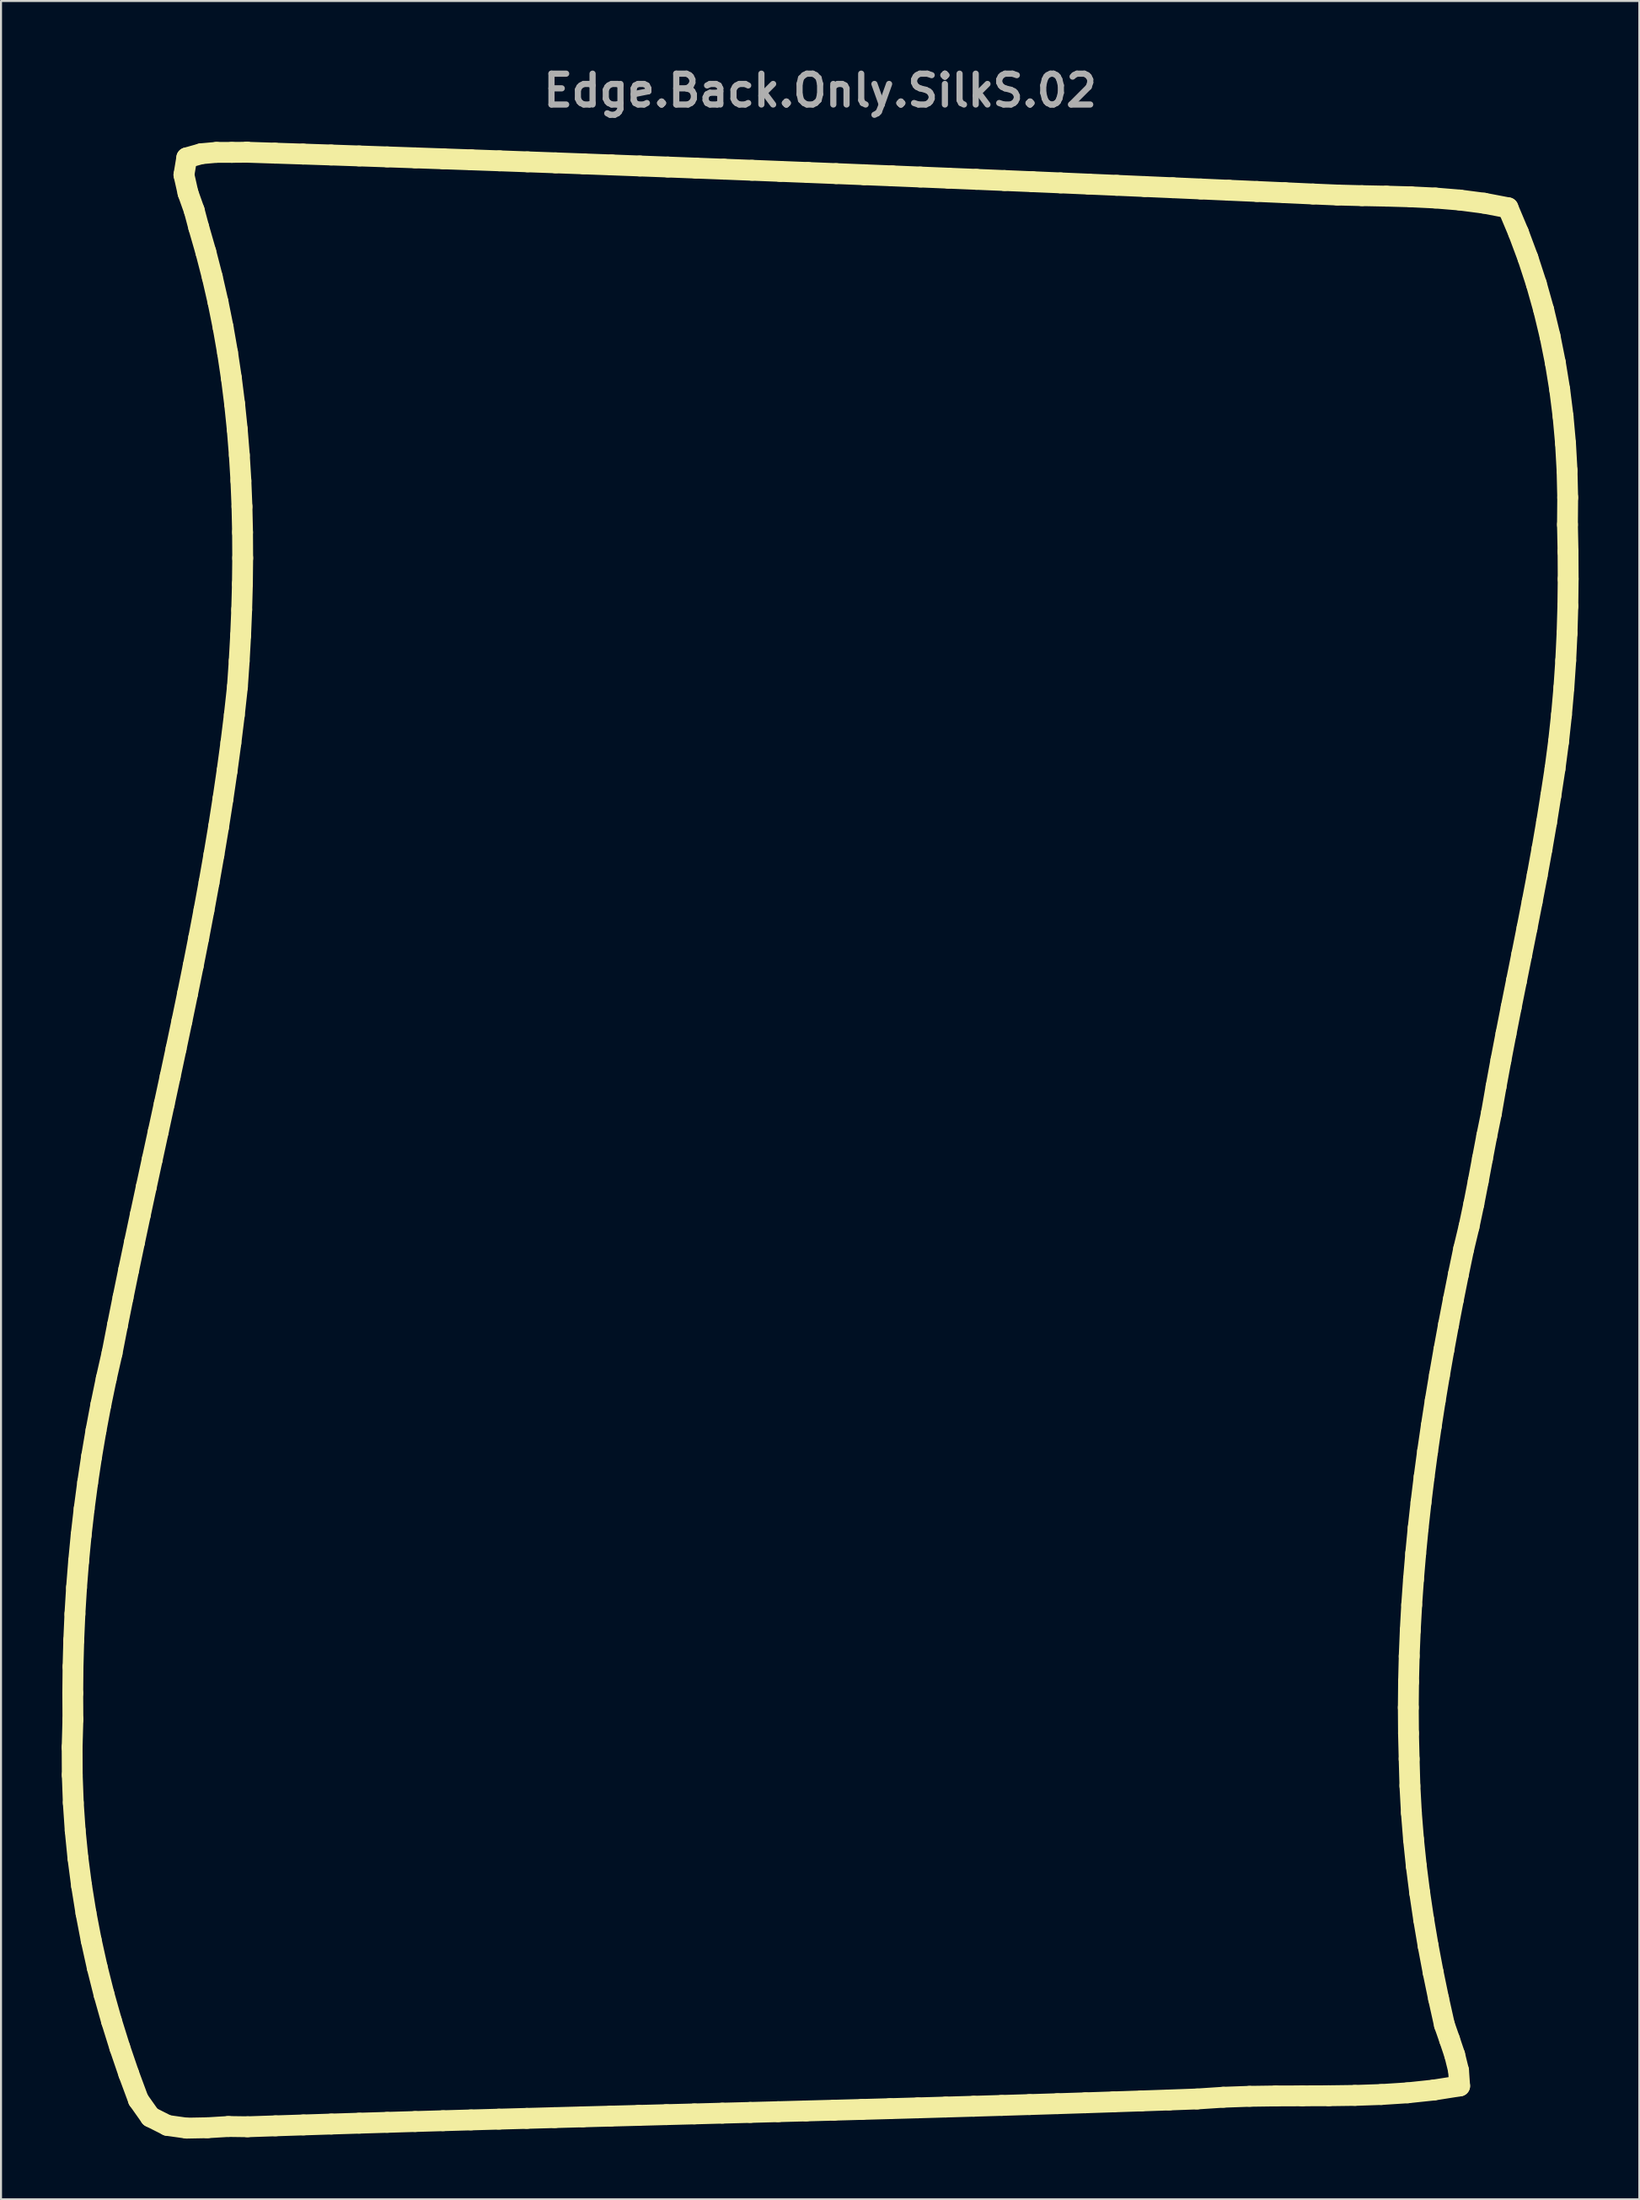
<source format=kicad_pcb>
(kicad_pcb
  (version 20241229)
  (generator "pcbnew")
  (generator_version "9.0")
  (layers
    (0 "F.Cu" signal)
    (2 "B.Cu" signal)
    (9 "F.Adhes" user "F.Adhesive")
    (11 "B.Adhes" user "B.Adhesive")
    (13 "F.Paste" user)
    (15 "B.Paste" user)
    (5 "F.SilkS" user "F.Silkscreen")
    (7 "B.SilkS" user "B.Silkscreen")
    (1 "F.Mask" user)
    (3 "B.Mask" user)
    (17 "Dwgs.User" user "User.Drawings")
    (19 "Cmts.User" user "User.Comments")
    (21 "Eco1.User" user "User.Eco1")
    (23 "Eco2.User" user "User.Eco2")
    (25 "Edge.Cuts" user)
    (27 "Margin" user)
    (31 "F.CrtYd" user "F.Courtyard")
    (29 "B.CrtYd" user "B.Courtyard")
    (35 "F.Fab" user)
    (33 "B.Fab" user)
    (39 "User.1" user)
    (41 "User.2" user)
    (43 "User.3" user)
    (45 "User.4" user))
  (footprint "Edge.Back.Only.SilkS.02"
    (layer "F.Cu")
    (at 37.494 53.313)
    (property "Reference" "Edge.Back.Only.SilkS.02" (at 0 -51.887 0) (layer "F.Fab") (effects (font (size 1.524 1.524) (thickness 0.305))))
    (attr smd)
    (fp_line (start -36.978 30.001) (end -36.94 28.628) (stroke (width 1.031) (type solid)) (layer "F.SilkS"))
    (fp_line (start -36.972 31.372) (end -36.978 30.001) (stroke (width 1.031) (type solid)) (layer "F.SilkS"))
    (fp_line (start -36.947 27.323) (end -36.934 26.019) (stroke (width 1.031) (type solid)) (layer "F.SilkS"))
    (fp_line (start -36.94 28.628) (end -36.947 27.323) (stroke (width 1.031) (type solid)) (layer "F.SilkS"))
    (fp_line (start -36.934 26.019) (end -36.898 24.714) (stroke (width 1.031) (type solid)) (layer "F.SilkS"))
    (fp_line (start -36.921 32.744) (end -36.972 31.372) (stroke (width 1.031) (type solid)) (layer "F.SilkS"))
    (fp_line (start -36.898 24.714) (end -36.84 23.412) (stroke (width 1.031) (type solid)) (layer "F.SilkS"))
    (fp_line (start -36.84 23.412) (end -36.76 22.109) (stroke (width 1.031) (type solid)) (layer "F.SilkS"))
    (fp_line (start -36.827 34.113) (end -36.921 32.744) (stroke (width 1.031) (type solid)) (layer "F.SilkS"))
    (fp_line (start -36.76 22.109) (end -36.657 20.809) (stroke (width 1.031) (type solid)) (layer "F.SilkS"))
    (fp_line (start -36.691 35.478) (end -36.827 34.113) (stroke (width 1.031) (type solid)) (layer "F.SilkS"))
    (fp_line (start -36.657 20.809) (end -36.532 19.511) (stroke (width 1.031) (type solid)) (layer "F.SilkS"))
    (fp_line (start -36.532 19.511) (end -36.383 18.214) (stroke (width 1.031) (type solid)) (layer "F.SilkS"))
    (fp_line (start -36.512 36.838) (end -36.691 35.478) (stroke (width 1.031) (type solid)) (layer "F.SilkS"))
    (fp_line (start -36.383 18.214) (end -36.211 16.921) (stroke (width 1.031) (type solid)) (layer "F.SilkS"))
    (fp_line (start -36.294 38.193) (end -36.512 36.838) (stroke (width 1.031) (type solid)) (layer "F.SilkS"))
    (fp_line (start -36.211 16.921) (end -36.016 15.631) (stroke (width 1.031) (type solid)) (layer "F.SilkS"))
    (fp_line (start -36.035 39.541) (end -36.294 38.193) (stroke (width 1.031) (type solid)) (layer "F.SilkS"))
    (fp_line (start -36.016 15.631) (end -35.798 14.345) (stroke (width 1.031) (type solid)) (layer "F.SilkS"))
    (fp_line (start -35.798 14.345) (end -35.556 13.063) (stroke (width 1.031) (type solid)) (layer "F.SilkS"))
    (fp_line (start -35.738 40.881) (end -36.035 39.541) (stroke (width 1.031) (type solid)) (layer "F.SilkS"))
    (fp_line (start -35.556 13.063) (end -35.292 11.786) (stroke (width 1.031) (type solid)) (layer "F.SilkS"))
    (fp_line (start -35.403 42.212) (end -35.738 40.881) (stroke (width 1.031) (type solid)) (layer "F.SilkS"))
    (fp_line (start -35.292 11.786) (end -35.003 10.513) (stroke (width 1.031) (type solid)) (layer "F.SilkS"))
    (fp_line (start -35.031 43.532) (end -35.403 42.212) (stroke (width 1.031) (type solid)) (layer "F.SilkS"))
    (fp_line (start -35.003 10.513) (end -34.736 9.142) (stroke (width 1.031) (type solid)) (layer "F.SilkS"))
    (fp_line (start -34.736 9.142) (end -34.462 7.772) (stroke (width 1.031) (type solid)) (layer "F.SilkS"))
    (fp_line (start -34.622 44.843) (end -35.031 43.532) (stroke (width 1.031) (type solid)) (layer "F.SilkS"))
    (fp_line (start -34.462 7.772) (end -34.182 6.404) (stroke (width 1.031) (type solid)) (layer "F.SilkS"))
    (fp_line (start -34.182 6.404) (end -33.895 5.036) (stroke (width 1.031) (type solid)) (layer "F.SilkS"))
    (fp_line (start -34.179 46.141) (end -34.622 44.843) (stroke (width 1.031) (type solid)) (layer "F.SilkS"))
    (fp_line (start -33.895 5.036) (end -33.605 3.67) (stroke (width 1.031) (type solid)) (layer "F.SilkS"))
    (fp_line (start -33.702 47.428) (end -34.179 46.141) (stroke (width 1.031) (type solid)) (layer "F.SilkS"))
    (fp_line (start -33.605 3.67) (end -33.312 2.304) (stroke (width 1.031) (type solid)) (layer "F.SilkS"))
    (fp_line (start -33.312 2.304) (end -33.017 0.939) (stroke (width 1.031) (type solid)) (layer "F.SilkS"))
    (fp_line (start -33.108 48.268) (end -33.702 47.428) (stroke (width 1.031) (type solid)) (layer "F.SilkS"))
    (fp_line (start -33.017 0.939) (end -32.721 -0.426) (stroke (width 1.031) (type solid)) (layer "F.SilkS"))
    (fp_line (start -32.721 -0.426) (end -32.425 -1.792) (stroke (width 1.031) (type solid)) (layer "F.SilkS"))
    (fp_line (start -32.425 -1.792) (end -32.131 -3.157) (stroke (width 1.031) (type solid)) (layer "F.SilkS"))
    (fp_line (start -32.267 48.692) (end -33.108 48.268) (stroke (width 1.031) (type solid)) (layer "F.SilkS"))
    (fp_line (start -32.131 -3.157) (end -31.84 -4.523) (stroke (width 1.031) (type solid)) (layer "F.SilkS"))
    (fp_line (start -31.84 -4.523) (end -31.552 -5.89) (stroke (width 1.031) (type solid)) (layer "F.SilkS"))
    (fp_line (start -31.552 -5.89) (end -31.269 -7.258) (stroke (width 1.031) (type solid)) (layer "F.SilkS"))
    (fp_line (start -31.451 -47.72) (end -31.311 -48.562) (stroke (width 1.031) (type solid)) (layer "F.SilkS"))
    (fp_line (start -31.314 48.826) (end -32.267 48.692) (stroke (width 1.031) (type solid)) (layer "F.SilkS"))
    (fp_line (start -31.311 -48.562) (end -30.592 -48.765) (stroke (width 1.031) (type solid)) (layer "F.SilkS"))
    (fp_line (start -31.269 -7.258) (end -30.992 -8.627) (stroke (width 1.031) (type solid)) (layer "F.SilkS"))
    (fp_line (start -31.25 -46.827) (end -31.451 -47.72) (stroke (width 1.031) (type solid)) (layer "F.SilkS"))
    (fp_line (start -30.992 -8.627) (end -30.722 -9.998) (stroke (width 1.031) (type solid)) (layer "F.SilkS"))
    (fp_line (start -30.942 -45.96) (end -31.25 -46.827) (stroke (width 1.031) (type solid)) (layer "F.SilkS"))
    (fp_line (start -30.722 -9.998) (end -30.461 -11.37) (stroke (width 1.031) (type solid)) (layer "F.SilkS"))
    (fp_line (start -30.721 -45.129) (end -30.942 -45.96) (stroke (width 1.031) (type solid)) (layer "F.SilkS"))
    (fp_line (start -30.592 -48.765) (end -29.841 -48.832) (stroke (width 1.031) (type solid)) (layer "F.SilkS"))
    (fp_line (start -30.461 -11.37) (end -30.209 -12.744) (stroke (width 1.031) (type solid)) (layer "F.SilkS"))
    (fp_line (start -30.368 -43.904) (end -30.721 -45.129) (stroke (width 1.031) (type solid)) (layer "F.SilkS"))
    (fp_line (start -30.291 48.807) (end -31.314 48.826) (stroke (width 1.031) (type solid)) (layer "F.SilkS"))
    (fp_line (start -30.209 -12.744) (end -29.967 -14.12) (stroke (width 1.031) (type solid)) (layer "F.SilkS"))
    (fp_line (start -30.05 -42.672) (end -30.368 -43.904) (stroke (width 1.031) (type solid)) (layer "F.SilkS"))
    (fp_line (start -29.967 -14.12) (end -29.737 -15.497) (stroke (width 1.031) (type solid)) (layer "F.SilkS"))
    (fp_line (start -29.841 -48.832) (end -29.084 -48.832) (stroke (width 1.031) (type solid)) (layer "F.SilkS"))
    (fp_line (start -29.765 -41.43) (end -30.05 -42.672) (stroke (width 1.031) (type solid)) (layer "F.SilkS"))
    (fp_line (start -29.737 -15.497) (end -29.521 -16.877) (stroke (width 1.031) (type solid)) (layer "F.SilkS"))
    (fp_line (start -29.521 -16.877) (end -29.318 -18.259) (stroke (width 1.031) (type solid)) (layer "F.SilkS"))
    (fp_line (start -29.514 -40.183) (end -29.765 -41.43) (stroke (width 1.031) (type solid)) (layer "F.SilkS"))
    (fp_line (start -29.318 -18.259) (end -29.13 -19.643) (stroke (width 1.031) (type solid)) (layer "F.SilkS"))
    (fp_line (start -29.294 -38.928) (end -29.514 -40.183) (stroke (width 1.031) (type solid)) (layer "F.SilkS"))
    (fp_line (start -29.253 48.745) (end -30.291 48.807) (stroke (width 1.031) (type solid)) (layer "F.SilkS"))
    (fp_line (start -29.13 -19.643) (end -28.959 -21.029) (stroke (width 1.031) (type solid)) (layer "F.SilkS"))
    (fp_line (start -29.105 -37.669) (end -29.294 -38.928) (stroke (width 1.031) (type solid)) (layer "F.SilkS"))
    (fp_line (start -29.084 -48.832) (end -28.337 -48.838) (stroke (width 1.031) (type solid)) (layer "F.SilkS"))
    (fp_line (start -28.959 -21.029) (end -28.806 -22.418) (stroke (width 1.031) (type solid)) (layer "F.SilkS"))
    (fp_line (start -28.946 -36.405) (end -29.105 -37.669) (stroke (width 1.031) (type solid)) (layer "F.SilkS"))
    (fp_line (start -28.815 -35.138) (end -28.946 -36.405) (stroke (width 1.031) (type solid)) (layer "F.SilkS"))
    (fp_line (start -28.806 -22.418) (end -28.719 -23.688) (stroke (width 1.031) (type solid)) (layer "F.SilkS"))
    (fp_line (start -28.719 -23.688) (end -28.648 -24.96) (stroke (width 1.031) (type solid)) (layer "F.SilkS"))
    (fp_line (start -28.712 -33.869) (end -28.815 -35.138) (stroke (width 1.031) (type solid)) (layer "F.SilkS"))
    (fp_line (start -28.648 -24.96) (end -28.595 -26.232) (stroke (width 1.031) (type solid)) (layer "F.SilkS"))
    (fp_line (start -28.634 -32.598) (end -28.712 -33.869) (stroke (width 1.031) (type solid)) (layer "F.SilkS"))
    (fp_line (start -28.595 -26.232) (end -28.56 -27.505) (stroke (width 1.031) (type solid)) (layer "F.SilkS"))
    (fp_line (start -28.582 -31.326) (end -28.634 -32.598) (stroke (width 1.031) (type solid)) (layer "F.SilkS"))
    (fp_line (start -28.56 -27.505) (end -28.546 -28.779) (stroke (width 1.031) (type solid)) (layer "F.SilkS"))
    (fp_line (start -28.553 -30.052) (end -28.582 -31.326) (stroke (width 1.031) (type solid)) (layer "F.SilkS"))
    (fp_line (start -28.546 -28.779) (end -28.553 -30.052) (stroke (width 1.031) (type solid)) (layer "F.SilkS"))
    (fp_line (start -28.337 -48.838) (end -26.95 -48.793) (stroke (width 1.031) (type solid)) (layer "F.SilkS"))
    (fp_line (start -28.337 -48.838) (end -28.337 -48.838) (stroke (width 1.031) (type solid)) (layer "F.SilkS"))
    (fp_line (start -28.305 48.758) (end -29.253 48.745) (stroke (width 1.031) (type solid)) (layer "F.SilkS"))
    (fp_line (start -26.95 -48.793) (end -25.563 -48.748) (stroke (width 1.031) (type solid)) (layer "F.SilkS"))
    (fp_line (start -26.924 48.712) (end -28.305 48.758) (stroke (width 1.031) (type solid)) (layer "F.SilkS"))
    (fp_line (start -25.563 -48.748) (end -24.176 -48.702) (stroke (width 1.031) (type solid)) (layer "F.SilkS"))
    (fp_line (start -25.544 48.668) (end -26.924 48.712) (stroke (width 1.031) (type solid)) (layer "F.SilkS"))
    (fp_line (start -24.176 -48.702) (end -22.788 -48.655) (stroke (width 1.031) (type solid)) (layer "F.SilkS"))
    (fp_line (start -24.163 48.624) (end -25.544 48.668) (stroke (width 1.031) (type solid)) (layer "F.SilkS"))
    (fp_line (start -22.788 -48.655) (end -21.401 -48.608) (stroke (width 1.031) (type solid)) (layer "F.SilkS"))
    (fp_line (start -22.783 48.581) (end -24.163 48.624) (stroke (width 1.031) (type solid)) (layer "F.SilkS"))
    (fp_line (start -21.403 48.54) (end -22.783 48.581) (stroke (width 1.031) (type solid)) (layer "F.SilkS"))
    (fp_line (start -21.401 -48.608) (end -20.014 -48.56) (stroke (width 1.031) (type solid)) (layer "F.SilkS"))
    (fp_line (start -20.022 48.499) (end -21.403 48.54) (stroke (width 1.031) (type solid)) (layer "F.SilkS"))
    (fp_line (start -20.014 -48.56) (end -18.626 -48.512) (stroke (width 1.031) (type solid)) (layer "F.SilkS"))
    (fp_line (start -18.642 48.459) (end -20.022 48.499) (stroke (width 1.031) (type solid)) (layer "F.SilkS"))
    (fp_line (start -18.626 -48.512) (end -17.239 -48.463) (stroke (width 1.031) (type solid)) (layer "F.SilkS"))
    (fp_line (start -17.261 48.42) (end -18.642 48.459) (stroke (width 1.031) (type solid)) (layer "F.SilkS"))
    (fp_line (start -17.239 -48.463) (end -15.852 -48.414) (stroke (width 1.031) (type solid)) (layer "F.SilkS"))
    (fp_line (start -15.88 48.382) (end -17.261 48.42) (stroke (width 1.031) (type solid)) (layer "F.SilkS"))
    (fp_line (start -15.852 -48.414) (end -14.465 -48.364) (stroke (width 1.031) (type solid)) (layer "F.SilkS"))
    (fp_line (start -14.499 48.344) (end -15.88 48.382) (stroke (width 1.031) (type solid)) (layer "F.SilkS"))
    (fp_line (start -14.465 -48.364) (end -13.078 -48.314) (stroke (width 1.031) (type solid)) (layer "F.SilkS"))
    (fp_line (start -13.119 48.306) (end -14.499 48.344) (stroke (width 1.031) (type solid)) (layer "F.SilkS"))
    (fp_line (start -13.078 -48.314) (end -11.69 -48.263) (stroke (width 1.031) (type solid)) (layer "F.SilkS"))
    (fp_line (start -11.738 48.269) (end -13.119 48.306) (stroke (width 1.031) (type solid)) (layer "F.SilkS"))
    (fp_line (start -11.69 -48.263) (end -10.303 -48.211) (stroke (width 1.031) (type solid)) (layer "F.SilkS"))
    (fp_line (start -10.358 48.232) (end -11.738 48.269) (stroke (width 1.031) (type solid)) (layer "F.SilkS"))
    (fp_line (start -10.303 -48.211) (end -8.916 -48.159) (stroke (width 1.031) (type solid)) (layer "F.SilkS"))
    (fp_line (start -8.977 48.196) (end -10.358 48.232) (stroke (width 1.031) (type solid)) (layer "F.SilkS"))
    (fp_line (start -8.916 -48.159) (end -7.529 -48.107) (stroke (width 1.031) (type solid)) (layer "F.SilkS"))
    (fp_line (start -7.596 48.159) (end -8.977 48.196) (stroke (width 1.031) (type solid)) (layer "F.SilkS"))
    (fp_line (start -7.529 -48.107) (end -6.142 -48.054) (stroke (width 1.031) (type solid)) (layer "F.SilkS"))
    (fp_line (start -6.216 48.123) (end -7.596 48.159) (stroke (width 1.031) (type solid)) (layer "F.SilkS"))
    (fp_line (start -6.142 -48.054) (end -4.755 -48.001) (stroke (width 1.031) (type solid)) (layer "F.SilkS"))
    (fp_line (start -4.835 48.086) (end -6.216 48.123) (stroke (width 1.031) (type solid)) (layer "F.SilkS"))
    (fp_line (start -4.755 -48.001) (end -3.368 -47.947) (stroke (width 1.031) (type solid)) (layer "F.SilkS"))
    (fp_line (start -3.454 48.05) (end -4.835 48.086) (stroke (width 1.031) (type solid)) (layer "F.SilkS"))
    (fp_line (start -3.368 -47.947) (end -1.981 -47.892) (stroke (width 1.031) (type solid)) (layer "F.SilkS"))
    (fp_line (start -2.074 48.013) (end -3.454 48.05) (stroke (width 1.031) (type solid)) (layer "F.SilkS"))
    (fp_line (start -1.981 -47.892) (end -0.594 -47.837) (stroke (width 1.031) (type solid)) (layer "F.SilkS"))
    (fp_line (start -0.693 47.976) (end -2.074 48.013) (stroke (width 1.031) (type solid)) (layer "F.SilkS"))
    (fp_line (start -0.594 -47.837) (end 0.792 -47.782) (stroke (width 1.031) (type solid)) (layer "F.SilkS"))
    (fp_line (start 0.688 47.939) (end -0.693 47.976) (stroke (width 1.031) (type solid)) (layer "F.SilkS"))
    (fp_line (start 0.792 -47.782) (end 2.179 -47.726) (stroke (width 1.031) (type solid)) (layer "F.SilkS"))
    (fp_line (start 2.068 47.901) (end 0.688 47.939) (stroke (width 1.031) (type solid)) (layer "F.SilkS"))
    (fp_line (start 2.179 -47.726) (end 3.566 -47.67) (stroke (width 1.031) (type solid)) (layer "F.SilkS"))
    (fp_line (start 3.449 47.863) (end 2.068 47.901) (stroke (width 1.031) (type solid)) (layer "F.SilkS"))
    (fp_line (start 3.566 -47.67) (end 4.953 -47.613) (stroke (width 1.031) (type solid)) (layer "F.SilkS"))
    (fp_line (start 4.83 47.824) (end 3.449 47.863) (stroke (width 1.031) (type solid)) (layer "F.SilkS"))
    (fp_line (start 4.953 -47.613) (end 6.34 -47.556) (stroke (width 1.031) (type solid)) (layer "F.SilkS"))
    (fp_line (start 6.21 47.784) (end 4.83 47.824) (stroke (width 1.031) (type solid)) (layer "F.SilkS"))
    (fp_line (start 6.34 -47.556) (end 7.727 -47.498) (stroke (width 1.031) (type solid)) (layer "F.SilkS"))
    (fp_line (start 7.591 47.744) (end 6.21 47.784) (stroke (width 1.031) (type solid)) (layer "F.SilkS"))
    (fp_line (start 7.727 -47.498) (end 9.114 -47.44) (stroke (width 1.031) (type solid)) (layer "F.SilkS"))
    (fp_line (start 8.972 47.703) (end 7.591 47.744) (stroke (width 1.031) (type solid)) (layer "F.SilkS"))
    (fp_line (start 9.114 -47.44) (end 10.501 -47.382) (stroke (width 1.031) (type solid)) (layer "F.SilkS"))
    (fp_line (start 10.352 47.661) (end 8.972 47.703) (stroke (width 1.031) (type solid)) (layer "F.SilkS"))
    (fp_line (start 10.501 -47.382) (end 11.887 -47.323) (stroke (width 1.031) (type solid)) (layer "F.SilkS"))
    (fp_line (start 11.733 47.618) (end 10.352 47.661) (stroke (width 1.031) (type solid)) (layer "F.SilkS"))
    (fp_line (start 11.887 -47.323) (end 13.274 -47.263) (stroke (width 1.031) (type solid)) (layer "F.SilkS"))
    (fp_line (start 13.113 47.574) (end 11.733 47.618) (stroke (width 1.031) (type solid)) (layer "F.SilkS"))
    (fp_line (start 13.274 -47.263) (end 14.661 -47.203) (stroke (width 1.031) (type solid)) (layer "F.SilkS"))
    (fp_line (start 14.494 47.528) (end 13.113 47.574) (stroke (width 1.031) (type solid)) (layer "F.SilkS"))
    (fp_line (start 14.661 -47.203) (end 16.047 -47.143) (stroke (width 1.031) (type solid)) (layer "F.SilkS"))
    (fp_line (start 15.874 47.482) (end 14.494 47.528) (stroke (width 1.031) (type solid)) (layer "F.SilkS"))
    (fp_line (start 16.047 -47.143) (end 17.434 -47.083) (stroke (width 1.031) (type solid)) (layer "F.SilkS"))
    (fp_line (start 17.255 47.434) (end 15.874 47.482) (stroke (width 1.031) (type solid)) (layer "F.SilkS"))
    (fp_line (start 17.434 -47.083) (end 18.821 -47.022) (stroke (width 1.031) (type solid)) (layer "F.SilkS"))
    (fp_line (start 18.635 47.384) (end 17.255 47.434) (stroke (width 1.031) (type solid)) (layer "F.SilkS"))
    (fp_line (start 18.821 -47.022) (end 20.207 -46.96) (stroke (width 1.031) (type solid)) (layer "F.SilkS"))
    (fp_line (start 19.933 47.299) (end 18.635 47.384) (stroke (width 1.031) (type solid)) (layer "F.SilkS"))
    (fp_line (start 20.207 -46.96) (end 21.594 -46.899) (stroke (width 1.031) (type solid)) (layer "F.SilkS"))
    (fp_line (start 21.234 47.253) (end 19.933 47.299) (stroke (width 1.031) (type solid)) (layer "F.SilkS"))
    (fp_line (start 21.594 -46.899) (end 22.981 -46.837) (stroke (width 1.031) (type solid)) (layer "F.SilkS"))
    (fp_line (start 22.535 47.235) (end 21.234 47.253) (stroke (width 1.031) (type solid)) (layer "F.SilkS"))
    (fp_line (start 22.981 -46.837) (end 24.367 -46.774) (stroke (width 1.031) (type solid)) (layer "F.SilkS"))
    (fp_line (start 23.836 47.23) (end 22.535 47.235) (stroke (width 1.031) (type solid)) (layer "F.SilkS"))
    (fp_line (start 24.367 -46.774) (end 25.575 -46.723) (stroke (width 1.031) (type solid)) (layer "F.SilkS"))
    (fp_line (start 25.139 47.225) (end 23.836 47.23) (stroke (width 1.031) (type solid)) (layer "F.SilkS"))
    (fp_line (start 25.575 -46.723) (end 26.786 -46.692) (stroke (width 1.031) (type solid)) (layer "F.SilkS"))
    (fp_line (start 26.439 47.208) (end 25.139 47.225) (stroke (width 1.031) (type solid)) (layer "F.SilkS"))
    (fp_line (start 26.786 -46.692) (end 27.996 -46.668) (stroke (width 1.031) (type solid)) (layer "F.SilkS"))
    (fp_line (start 27.741 47.164) (end 26.439 47.208) (stroke (width 1.031) (type solid)) (layer "F.SilkS"))
    (fp_line (start 27.996 -46.668) (end 29.205 -46.634) (stroke (width 1.031) (type solid)) (layer "F.SilkS"))
    (fp_line (start 29.038 47.081) (end 27.741 47.164) (stroke (width 1.031) (type solid)) (layer "F.SilkS"))
    (fp_line (start 29.079 28.039) (end 29.088 29.308) (stroke (width 1.031) (type solid)) (layer "F.SilkS"))
    (fp_line (start 29.088 29.308) (end 29.12 30.579) (stroke (width 1.031) (type solid)) (layer "F.SilkS"))
    (fp_line (start 29.091 26.768) (end 29.079 28.039) (stroke (width 1.031) (type solid)) (layer "F.SilkS"))
    (fp_line (start 29.12 30.579) (end 29.158 31.907) (stroke (width 1.031) (type solid)) (layer "F.SilkS"))
    (fp_line (start 29.123 25.499) (end 29.091 26.768) (stroke (width 1.031) (type solid)) (layer "F.SilkS"))
    (fp_line (start 29.158 31.907) (end 29.231 33.233) (stroke (width 1.031) (type solid)) (layer "F.SilkS"))
    (fp_line (start 29.175 24.229) (end 29.123 25.499) (stroke (width 1.031) (type solid)) (layer "F.SilkS"))
    (fp_line (start 29.205 -46.634) (end 30.416 -46.575) (stroke (width 1.031) (type solid)) (layer "F.SilkS"))
    (fp_line (start 29.231 33.233) (end 29.337 34.557) (stroke (width 1.031) (type solid)) (layer "F.SilkS"))
    (fp_line (start 29.246 22.961) (end 29.175 24.229) (stroke (width 1.031) (type solid)) (layer "F.SilkS"))
    (fp_line (start 29.336 21.694) (end 29.246 22.961) (stroke (width 1.031) (type solid)) (layer "F.SilkS"))
    (fp_line (start 29.337 34.557) (end 29.475 35.878) (stroke (width 1.031) (type solid)) (layer "F.SilkS"))
    (fp_line (start 29.443 20.428) (end 29.336 21.694) (stroke (width 1.031) (type solid)) (layer "F.SilkS"))
    (fp_line (start 29.475 35.878) (end 29.643 37.196) (stroke (width 1.031) (type solid)) (layer "F.SilkS"))
    (fp_line (start 29.566 19.164) (end 29.443 20.428) (stroke (width 1.031) (type solid)) (layer "F.SilkS"))
    (fp_line (start 29.643 37.196) (end 29.838 38.509) (stroke (width 1.031) (type solid)) (layer "F.SilkS"))
    (fp_line (start 29.706 17.901) (end 29.566 19.164) (stroke (width 1.031) (type solid)) (layer "F.SilkS"))
    (fp_line (start 29.838 38.509) (end 30.06 39.819) (stroke (width 1.031) (type solid)) (layer "F.SilkS"))
    (fp_line (start 29.861 16.64) (end 29.706 17.901) (stroke (width 1.031) (type solid)) (layer "F.SilkS"))
    (fp_line (start 30.03 15.381) (end 29.861 16.64) (stroke (width 1.031) (type solid)) (layer "F.SilkS"))
    (fp_line (start 30.06 39.819) (end 30.306 41.124) (stroke (width 1.031) (type solid)) (layer "F.SilkS"))
    (fp_line (start 30.214 14.124) (end 30.03 15.381) (stroke (width 1.031) (type solid)) (layer "F.SilkS"))
    (fp_line (start 30.306 41.124) (end 30.575 42.426) (stroke (width 1.031) (type solid)) (layer "F.SilkS"))
    (fp_line (start 30.331 46.944) (end 29.038 47.081) (stroke (width 1.031) (type solid)) (layer "F.SilkS"))
    (fp_line (start 30.409 12.868) (end 30.214 14.124) (stroke (width 1.031) (type solid)) (layer "F.SilkS"))
    (fp_line (start 30.416 -46.575) (end 31.62 -46.476) (stroke (width 1.031) (type solid)) (layer "F.SilkS"))
    (fp_line (start 30.575 42.426) (end 30.864 43.721) (stroke (width 1.031) (type solid)) (layer "F.SilkS"))
    (fp_line (start 30.618 11.615) (end 30.409 12.868) (stroke (width 1.031) (type solid)) (layer "F.SilkS"))
    (fp_line (start 30.837 10.364) (end 30.618 11.615) (stroke (width 1.031) (type solid)) (layer "F.SilkS"))
    (fp_line (start 30.864 43.721) (end 31.119 44.452) (stroke (width 1.031) (type solid)) (layer "F.SilkS"))
    (fp_line (start 31.067 9.114) (end 30.837 10.364) (stroke (width 1.031) (type solid)) (layer "F.SilkS"))
    (fp_line (start 31.119 44.452) (end 31.371 45.202) (stroke (width 1.031) (type solid)) (layer "F.SilkS"))
    (fp_line (start 31.307 7.867) (end 31.067 9.114) (stroke (width 1.031) (type solid)) (layer "F.SilkS"))
    (fp_line (start 31.371 45.202) (end 31.563 45.979) (stroke (width 1.031) (type solid)) (layer "F.SilkS"))
    (fp_line (start 31.556 6.621) (end 31.307 7.867) (stroke (width 1.031) (type solid)) (layer "F.SilkS"))
    (fp_line (start 31.563 45.979) (end 31.617 46.741) (stroke (width 1.031) (type solid)) (layer "F.SilkS"))
    (fp_line (start 31.617 46.741) (end 30.331 46.944) (stroke (width 1.031) (type solid)) (layer "F.SilkS"))
    (fp_line (start 31.62 -46.476) (end 32.819 -46.32) (stroke (width 1.031) (type solid)) (layer "F.SilkS"))
    (fp_line (start 31.814 5.377) (end 31.556 6.621) (stroke (width 1.031) (type solid)) (layer "F.SilkS"))
    (fp_line (start 32.081 4.264) (end 31.814 5.377) (stroke (width 1.031) (type solid)) (layer "F.SilkS"))
    (fp_line (start 32.317 3.148) (end 32.081 4.264) (stroke (width 1.031) (type solid)) (layer "F.SilkS"))
    (fp_line (start 32.535 2.026) (end 32.317 3.148) (stroke (width 1.031) (type solid)) (layer "F.SilkS"))
    (fp_line (start 32.745 0.903) (end 32.535 2.026) (stroke (width 1.031) (type solid)) (layer "F.SilkS"))
    (fp_line (start 32.819 -46.32) (end 34.007 -46.093) (stroke (width 1.031) (type solid)) (layer "F.SilkS"))
    (fp_line (start 32.958 -0.219) (end 32.745 0.903) (stroke (width 1.031) (type solid)) (layer "F.SilkS"))
    (fp_line (start 33.187 -1.34) (end 32.958 -0.219) (stroke (width 1.031) (type solid)) (layer "F.SilkS"))
    (fp_line (start 33.416 -2.652) (end 33.187 -1.34) (stroke (width 1.031) (type solid)) (layer "F.SilkS"))
    (fp_line (start 33.657 -3.96) (end 33.416 -2.652) (stroke (width 1.031) (type solid)) (layer "F.SilkS"))
    (fp_line (start 33.908 -5.267) (end 33.657 -3.96) (stroke (width 1.031) (type solid)) (layer "F.SilkS"))
    (fp_line (start 34.007 -46.093) (end 34.527 -44.857) (stroke (width 1.031) (type solid)) (layer "F.SilkS"))
    (fp_line (start 34.164 -6.572) (end 33.908 -5.267) (stroke (width 1.031) (type solid)) (layer "F.SilkS"))
    (fp_line (start 34.425 -7.878) (end 34.164 -6.572) (stroke (width 1.031) (type solid)) (layer "F.SilkS"))
    (fp_line (start 34.527 -44.857) (end 34.994 -43.604) (stroke (width 1.031) (type solid)) (layer "F.SilkS"))
    (fp_line (start 34.687 -9.182) (end 34.425 -7.878) (stroke (width 1.031) (type solid)) (layer "F.SilkS"))
    (fp_line (start 34.947 -10.487) (end 34.687 -9.182) (stroke (width 1.031) (type solid)) (layer "F.SilkS"))
    (fp_line (start 34.994 -43.604) (end 35.409 -42.331) (stroke (width 1.031) (type solid)) (layer "F.SilkS"))
    (fp_line (start 35.202 -11.794) (end 34.947 -10.487) (stroke (width 1.031) (type solid)) (layer "F.SilkS"))
    (fp_line (start 35.409 -42.331) (end 35.772 -41.043) (stroke (width 1.031) (type solid)) (layer "F.SilkS"))
    (fp_line (start 35.451 -13.1) (end 35.202 -11.794) (stroke (width 1.031) (type solid)) (layer "F.SilkS"))
    (fp_line (start 35.689 -14.41) (end 35.451 -13.1) (stroke (width 1.031) (type solid)) (layer "F.SilkS"))
    (fp_line (start 35.772 -41.043) (end 36.085 -39.742) (stroke (width 1.031) (type solid)) (layer "F.SilkS"))
    (fp_line (start 35.915 -15.72) (end 35.689 -14.41) (stroke (width 1.031) (type solid)) (layer "F.SilkS"))
    (fp_line (start 36.085 -39.742) (end 36.348 -38.429) (stroke (width 1.031) (type solid)) (layer "F.SilkS"))
    (fp_line (start 36.126 -17.036) (end 35.915 -15.72) (stroke (width 1.031) (type solid)) (layer "F.SilkS"))
    (fp_line (start 36.331 -18.366) (end 36.126 -17.036) (stroke (width 1.031) (type solid)) (layer "F.SilkS"))
    (fp_line (start 36.348 -38.429) (end 36.563 -37.108) (stroke (width 1.031) (type solid)) (layer "F.SilkS"))
    (fp_line (start 36.506 -19.697) (end 36.331 -18.366) (stroke (width 1.031) (type solid)) (layer "F.SilkS"))
    (fp_line (start 36.563 -37.108) (end 36.73 -35.78) (stroke (width 1.031) (type solid)) (layer "F.SilkS"))
    (fp_line (start 36.652 -21.034) (end 36.506 -19.697) (stroke (width 1.031) (type solid)) (layer "F.SilkS"))
    (fp_line (start 36.73 -35.78) (end 36.851 -34.447) (stroke (width 1.031) (type solid)) (layer "F.SilkS"))
    (fp_line (start 36.77 -22.373) (end 36.652 -21.034) (stroke (width 1.031) (type solid)) (layer "F.SilkS"))
    (fp_line (start 36.851 -34.447) (end 36.926 -33.11) (stroke (width 1.031) (type solid)) (layer "F.SilkS"))
    (fp_line (start 36.861 -23.714) (end 36.77 -22.373) (stroke (width 1.031) (type solid)) (layer "F.SilkS"))
    (fp_line (start 36.926 -25.057) (end 36.861 -23.714) (stroke (width 1.031) (type solid)) (layer "F.SilkS"))
    (fp_line (start 36.926 -33.11) (end 36.958 -31.772) (stroke (width 1.031) (type solid)) (layer "F.SilkS"))
    (fp_line (start 36.947 -30.433) (end 36.975 -29.088) (stroke (width 1.031) (type solid)) (layer "F.SilkS"))
    (fp_line (start 36.958 -31.772) (end 36.947 -30.433) (stroke (width 1.031) (type solid)) (layer "F.SilkS"))
    (fp_line (start 36.966 -26.4) (end 36.926 -25.057) (stroke (width 1.031) (type solid)) (layer "F.SilkS"))
    (fp_line (start 36.975 -29.088) (end 36.982 -27.745) (stroke (width 1.031) (type solid)) (layer "F.SilkS"))
    (fp_line (start 36.982 -27.745) (end 36.966 -26.4) (stroke (width 1.031) (type solid)) (layer "F.SilkS")))
  (gr_rect
    (start -3 -3)
    (end 77.992 105.655)
    (stroke (width 0.1) (type default))
    (fill no)
    (layer "Edge.Cuts")))
</source>
